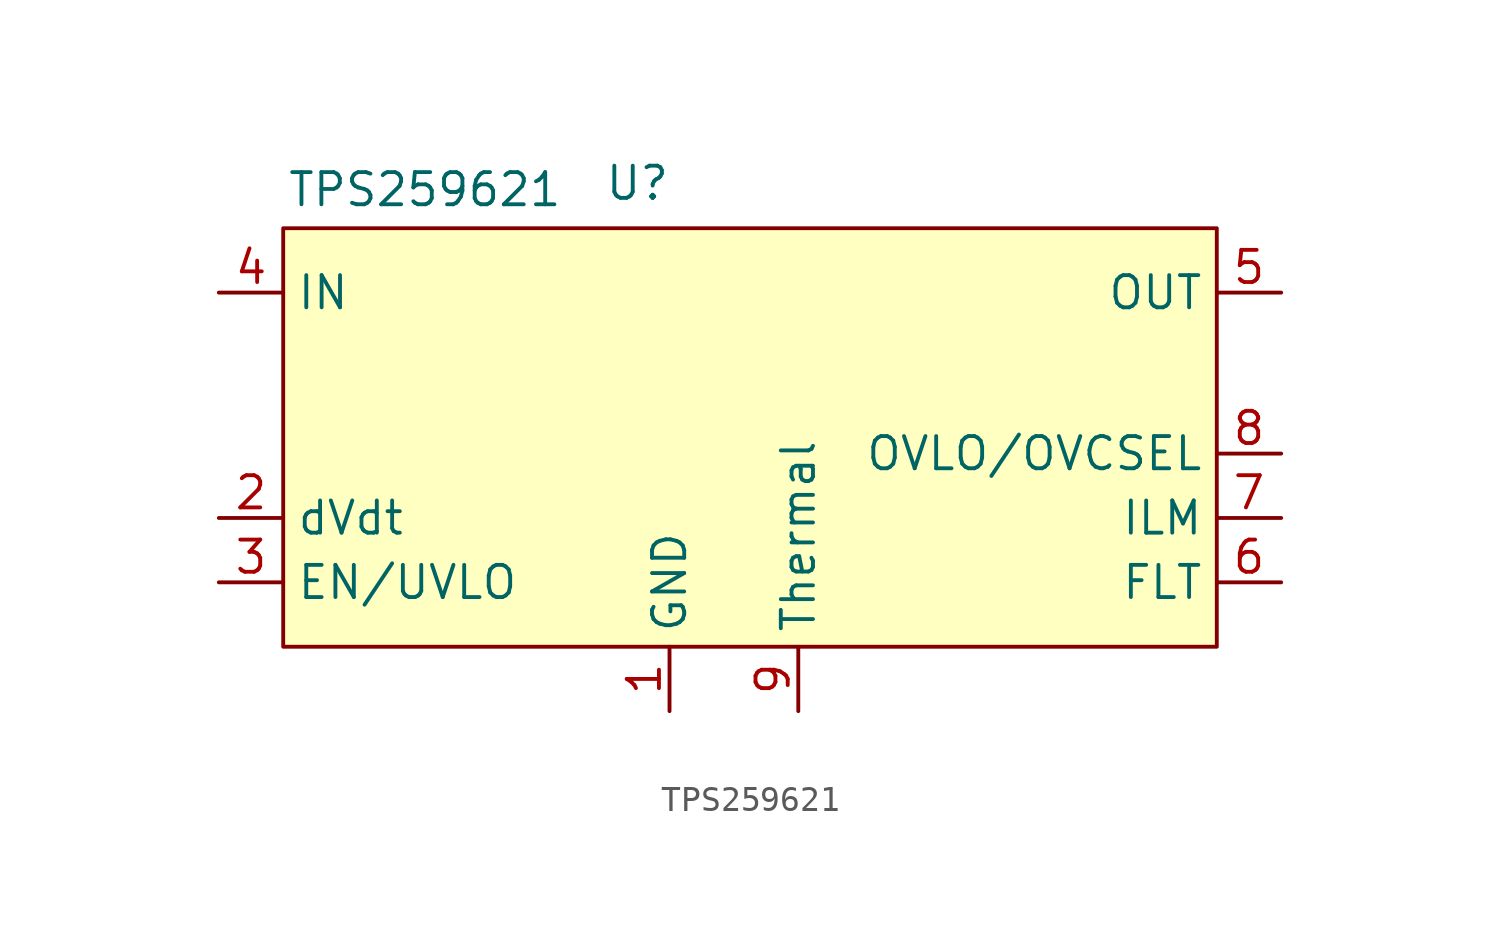
<source format=kicad_sym>
(kicad_symbol_lib
  (version 20241209)
  (generator "kicad_symbol_editor")
  (generator_version "9.0")
  (symbol "TPS259621"
    (property "Reference" "U"
      (at 0 18.288 0)
      (effects (font (size 1.27 1.27))))
    (property "Value" "TPS259621"
      (at -8.382 18.034 0)
      (effects (font (size 1.27 1.27))))
    (symbol "TPS259621_1_1"
      (rectangle (start -13.97 16.51) (end 22.86 0) (stroke (width 0) (type solid)) (fill (type background)))
      (pin power_in line (at -16.51 13.97 0) (length 2.54) (name "IN" (effects (font (size 1.27 1.27)))) (number "4" (effects (font (size 1.27 1.27)))))
      (pin output line (at -16.51 5.08 0) (length 2.54) (name "dVdt" (effects (font (size 1.27 1.27)))) (number "2" (effects (font (size 1.27 1.27)))))
      (pin input line (at -16.51 2.54 0) (length 2.54) (name "EN/UVLO" (effects (font (size 1.27 1.27)))) (number "3" (effects (font (size 1.27 1.27)))))
      (pin power_in line (at 1.27 -2.54 90) (length 2.54) (name "GND" (effects (font (size 1.27 1.27)))) (number "1" (effects (font (size 1.27 1.27)))))
      (pin passive line (at 6.35 -2.54 90) (length 2.54) (name "Thermal" (effects (font (size 1.27 1.27)))) (number "9" (effects (font (size 1.27 1.27)))))
      (pin power_out line (at 25.4 13.97 180) (length 2.54) (name "OUT" (effects (font (size 1.27 1.27)))) (number "5" (effects (font (size 1.27 1.27)))))
      (pin input line (at 25.4 7.62 180) (length 2.54) (name "OVLO/OVCSEL" (effects (font (size 1.27 1.27)))) (number "8" (effects (font (size 1.27 1.27)))))
      (pin output line (at 25.4 5.08 180) (length 2.54) (name "ILM" (effects (font (size 1.27 1.27)))) (number "7" (effects (font (size 1.27 1.27)))))
      (pin output line (at 25.4 2.54 180) (length 2.54) (name "FLT" (effects (font (size 1.27 1.27)))) (number "6" (effects (font (size 1.27 1.27))))))))
</source>
